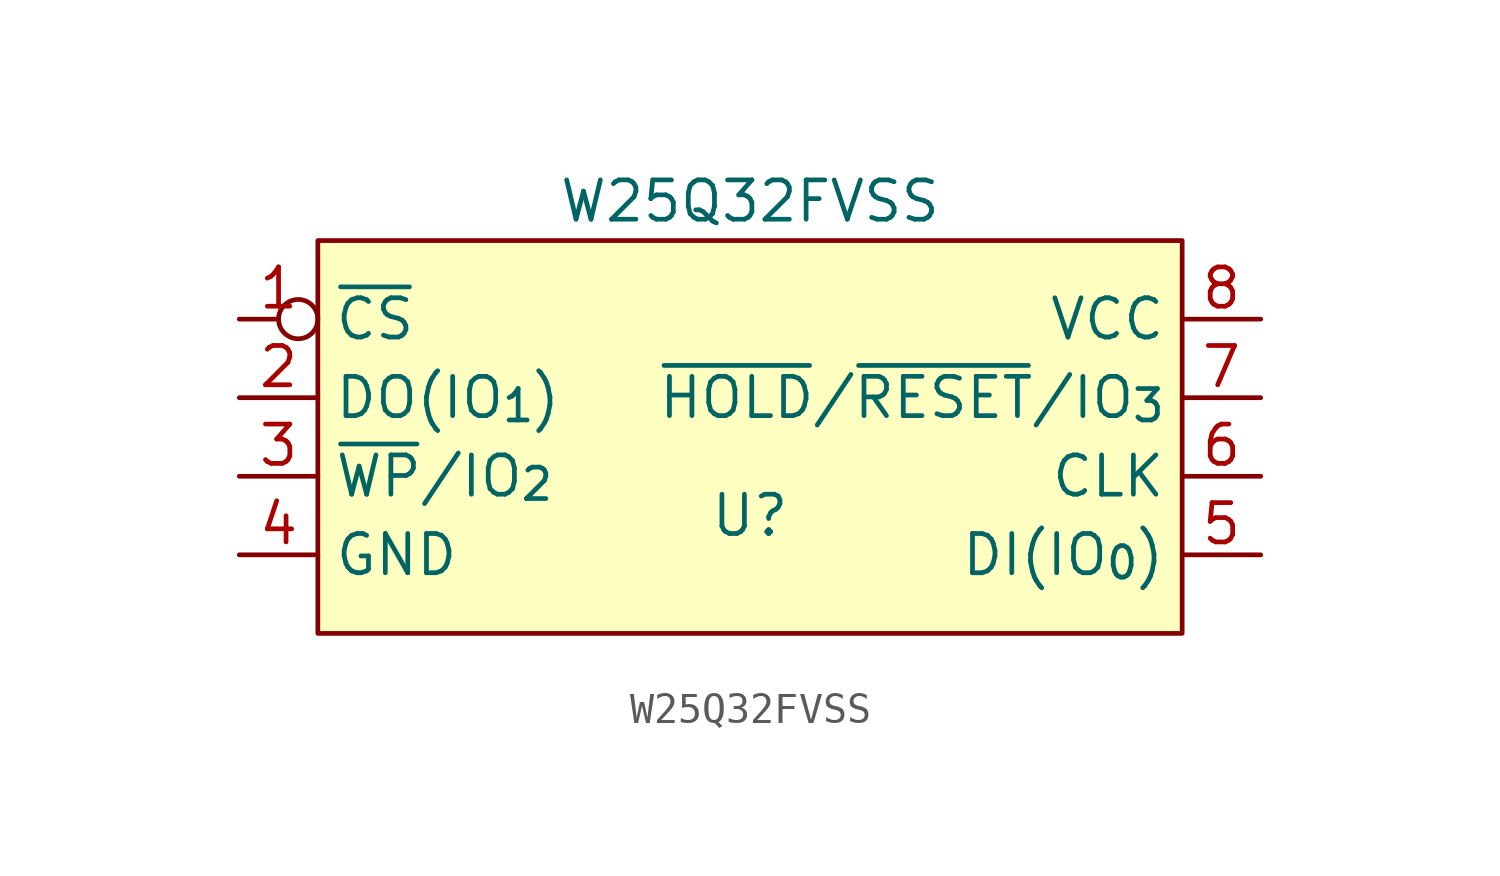
<source format=kicad_sym>
(kicad_symbol_lib
  (version 20211014)
  (generator kicad_symbol_editor)
  (symbol "W25Q32FVSS"
    (property "Reference" "U"
      (at 0 -2.54 0)
      (effects (font (size 1.27 1.27))))
    (property "Value" "W25Q32FVSS"
      (at 0 7.62 0)
      (effects (font (size 1.27 1.27))))
    (symbol "W25Q32FVSS_0_1"
      (rectangle (start -13.97 6.35) (end 13.97 -6.35) (stroke (width 0.152) (type default) (color 0 0 0 0)) (fill (type background))))
    (symbol "W25Q32FVSS_1_1"
      (pin input inverted (at -16.51 3.81 0) (length 2.54) (name "~{CS}" (effects (font (size 1.27 1.27)))) (number "1" (effects (font (size 1.27 1.27)))))
      (pin bidirectional line (at -16.51 1.27 0) (length 2.54) (name "DO(IO_{1})" (effects (font (size 1.27 1.27)))) (number "2" (effects (font (size 1.27 1.27)))))
      (pin bidirectional line (at -16.51 -1.27 0) (length 2.54) (name "~{WP}/IO_{2}" (effects (font (size 1.27 1.27)))) (number "3" (effects (font (size 1.27 1.27)))))
      (pin power_in line (at -16.51 -3.81 0) (length 2.54) (name "GND" (effects (font (size 1.27 1.27)))) (number "4" (effects (font (size 1.27 1.27)))))
      (pin bidirectional line (at 16.51 -3.81 180) (length 2.54) (name "DI(IO_{0})" (effects (font (size 1.27 1.27)))) (number "5" (effects (font (size 1.27 1.27)))))
      (pin input line (at 16.51 -1.27 180) (length 2.54) (name "CLK" (effects (font (size 1.27 1.27)))) (number "6" (effects (font (size 1.27 1.27)))))
      (pin bidirectional line (at 16.51 1.27 180) (length 2.54) (name "~{HOLD}/~{RESET}/IO_{3}" (effects (font (size 1.27 1.27)))) (number "7" (effects (font (size 1.27 1.27)))))
      (pin power_in line (at 16.51 3.81 180) (length 2.54) (name "VCC" (effects (font (size 1.27 1.27)))) (number "8" (effects (font (size 1.27 1.27))))))))
</source>
